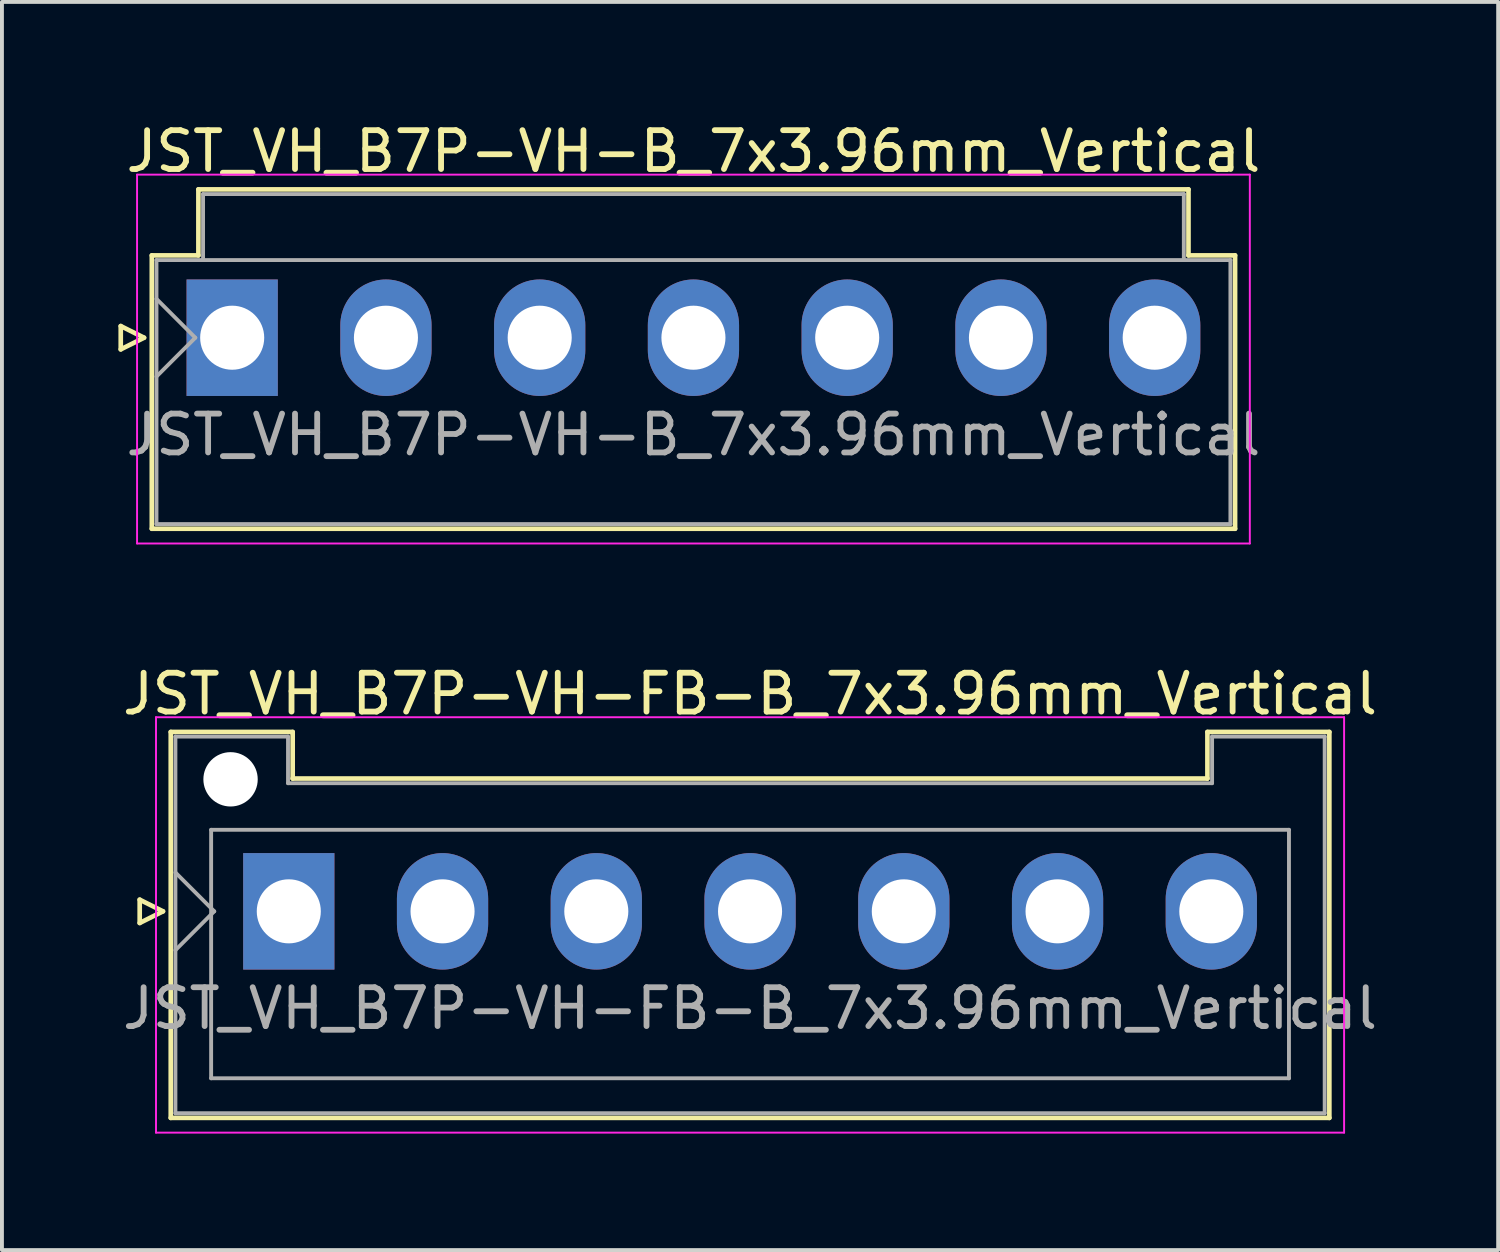
<source format=kicad_pcb>
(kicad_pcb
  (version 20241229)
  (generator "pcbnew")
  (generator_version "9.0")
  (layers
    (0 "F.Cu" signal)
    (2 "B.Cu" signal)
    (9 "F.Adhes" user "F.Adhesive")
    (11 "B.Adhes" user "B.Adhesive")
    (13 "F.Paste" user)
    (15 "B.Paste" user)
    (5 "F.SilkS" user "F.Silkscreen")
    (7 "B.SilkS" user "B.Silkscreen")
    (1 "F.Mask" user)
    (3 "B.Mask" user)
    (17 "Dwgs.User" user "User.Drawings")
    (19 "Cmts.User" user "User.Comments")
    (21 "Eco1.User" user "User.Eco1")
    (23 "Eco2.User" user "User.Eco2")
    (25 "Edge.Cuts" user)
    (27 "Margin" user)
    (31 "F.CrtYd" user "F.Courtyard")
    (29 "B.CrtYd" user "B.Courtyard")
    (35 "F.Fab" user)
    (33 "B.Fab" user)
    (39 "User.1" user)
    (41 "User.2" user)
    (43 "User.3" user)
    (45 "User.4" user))
  (footprint "JST_VH_B7P-VH-B_7x3.96mm_Vertical"
    (layer "F.Cu")
    (at 2.93 5.648)
    (property "Reference" "JST_VH_B7P-VH-B_7x3.96mm_Vertical" (at 11.88 -4.8 0) (layer "F.SilkS") (effects (font (size 1 1) (thickness 0.15))))
    (attr through_hole)
    (fp_line (start -2.87 -0.3) (end -2.27 0) (stroke (width 0.12) (type solid)) (layer "F.SilkS"))
    (fp_line (start -2.87 0.3) (end -2.87 -0.3) (stroke (width 0.12) (type solid)) (layer "F.SilkS"))
    (fp_line (start -2.27 0) (end -2.87 0.3) (stroke (width 0.12) (type solid)) (layer "F.SilkS"))
    (fp_line (start -2.07 -2.12) (end -0.87 -2.12) (stroke (width 0.12) (type solid)) (layer "F.SilkS"))
    (fp_line (start -2.07 4.92) (end -2.07 -2.12) (stroke (width 0.12) (type solid)) (layer "F.SilkS"))
    (fp_line (start -0.87 -3.82) (end 24.63 -3.82) (stroke (width 0.12) (type solid)) (layer "F.SilkS"))
    (fp_line (start -0.87 -2.12) (end -0.87 -3.82) (stroke (width 0.12) (type solid)) (layer "F.SilkS"))
    (fp_line (start 24.63 -3.82) (end 24.63 -2.12) (stroke (width 0.12) (type solid)) (layer "F.SilkS"))
    (fp_line (start 24.63 -2.12) (end 25.83 -2.12) (stroke (width 0.12) (type solid)) (layer "F.SilkS"))
    (fp_line (start 25.83 -2.12) (end 25.83 4.92) (stroke (width 0.12) (type solid)) (layer "F.SilkS"))
    (fp_line (start 25.83 4.92) (end -2.07 4.92) (stroke (width 0.12) (type solid)) (layer "F.SilkS"))
    (fp_line (start -2.45 -4.2) (end -2.45 5.3) (stroke (width 0.05) (type solid)) (layer "F.CrtYd"))
    (fp_line (start -2.45 5.3) (end 26.21 5.3) (stroke (width 0.05) (type solid)) (layer "F.CrtYd"))
    (fp_line (start 26.21 -4.2) (end -2.45 -4.2) (stroke (width 0.05) (type solid)) (layer "F.CrtYd"))
    (fp_line (start 26.21 5.3) (end 26.21 -4.2) (stroke (width 0.05) (type solid)) (layer "F.CrtYd"))
    (fp_line (start -1.95 -2) (end -1.95 4.8) (stroke (width 0.1) (type solid)) (layer "F.Fab"))
    (fp_line (start -1.95 -1) (end -0.95 0) (stroke (width 0.1) (type solid)) (layer "F.Fab"))
    (fp_line (start -1.95 1) (end -0.95 0) (stroke (width 0.1) (type solid)) (layer "F.Fab"))
    (fp_line (start -1.95 4.8) (end 25.71 4.8) (stroke (width 0.1) (type solid)) (layer "F.Fab"))
    (fp_line (start -0.75 -3.7) (end 24.51 -3.7) (stroke (width 0.1) (type solid)) (layer "F.Fab"))
    (fp_line (start -0.75 -2) (end -0.75 -3.7) (stroke (width 0.1) (type solid)) (layer "F.Fab"))
    (fp_line (start 24.51 -3.7) (end 24.51 -2) (stroke (width 0.1) (type solid)) (layer "F.Fab"))
    (fp_line (start 25.71 -2) (end -1.95 -2) (stroke (width 0.1) (type solid)) (layer "F.Fab"))
    (fp_line (start 25.71 4.8) (end 25.71 -2) (stroke (width 0.1) (type solid)) (layer "F.Fab"))
    (fp_text user "${REFERENCE}" (at 11.88 2.5 0) (layer "F.Fab") (effects (font (size 1 1) (thickness 0.15))))
    (pad "1" thru_hole rect (at 0 0) (size 2.35 3) (drill 1.65) (layers "*.Cu" "*.Mask"))
    (pad "2" thru_hole oval (at 3.96 0) (size 2.35 3) (drill 1.65) (layers "*.Cu" "*.Mask"))
    (pad "3" thru_hole oval (at 7.92 0) (size 2.35 3) (drill 1.65) (layers "*.Cu" "*.Mask"))
    (pad "4" thru_hole oval (at 11.88 0) (size 2.35 3) (drill 1.65) (layers "*.Cu" "*.Mask"))
    (pad "5" thru_hole oval (at 15.84 0) (size 2.35 3) (drill 1.65) (layers "*.Cu" "*.Mask"))
    (pad "6" thru_hole oval (at 19.8 0) (size 2.35 3) (drill 1.65) (layers "*.Cu" "*.Mask"))
    (pad "7" thru_hole oval (at 23.76 0) (size 2.35 3) (drill 1.65) (layers "*.Cu" "*.Mask")))
  (footprint "JST_VH_B7P-VH-FB-B_7x3.96mm_Vertical"
    (layer "F.Cu")
    (at 4.388 20.422)
    (property "Reference" "JST_VH_B7P-VH-FB-B_7x3.96mm_Vertical" (at 11.88 -5.6 0) (layer "F.SilkS") (effects (font (size 1 1) (thickness 0.15))))
    (attr through_hole)
    (fp_line (start -3.84 -0.3) (end -3.24 0) (stroke (width 0.12) (type solid)) (layer "F.SilkS"))
    (fp_line (start -3.84 0.3) (end -3.84 -0.3) (stroke (width 0.12) (type solid)) (layer "F.SilkS"))
    (fp_line (start -3.24 0) (end -3.84 0.3) (stroke (width 0.12) (type solid)) (layer "F.SilkS"))
    (fp_line (start -3.04 -4.62) (end 0.1 -4.62) (stroke (width 0.12) (type solid)) (layer "F.SilkS"))
    (fp_line (start -3.04 5.32) (end -3.04 -4.62) (stroke (width 0.12) (type solid)) (layer "F.SilkS"))
    (fp_line (start 0.1 -4.62) (end 0.1 -3.42) (stroke (width 0.12) (type solid)) (layer "F.SilkS"))
    (fp_line (start 0.1 -3.42) (end 23.66 -3.42) (stroke (width 0.12) (type solid)) (layer "F.SilkS"))
    (fp_line (start 23.66 -4.62) (end 26.8 -4.62) (stroke (width 0.12) (type solid)) (layer "F.SilkS"))
    (fp_line (start 23.66 -3.42) (end 23.66 -4.62) (stroke (width 0.12) (type solid)) (layer "F.SilkS"))
    (fp_line (start 26.8 -4.62) (end 26.8 5.32) (stroke (width 0.12) (type solid)) (layer "F.SilkS"))
    (fp_line (start 26.8 5.32) (end -3.04 5.32) (stroke (width 0.12) (type solid)) (layer "F.SilkS"))
    (fp_line (start -3.42 -5) (end -3.42 5.7) (stroke (width 0.05) (type solid)) (layer "F.CrtYd"))
    (fp_line (start -3.42 5.7) (end 27.18 5.7) (stroke (width 0.05) (type solid)) (layer "F.CrtYd"))
    (fp_line (start 27.18 -5) (end -3.42 -5) (stroke (width 0.05) (type solid)) (layer "F.CrtYd"))
    (fp_line (start 27.18 5.7) (end 27.18 -5) (stroke (width 0.05) (type solid)) (layer "F.CrtYd"))
    (fp_line (start -2.92 -4.5) (end -0.02 -4.5) (stroke (width 0.1) (type solid)) (layer "F.Fab"))
    (fp_line (start -2.92 -1) (end -1.92 0) (stroke (width 0.1) (type solid)) (layer "F.Fab"))
    (fp_line (start -2.92 1) (end -1.92 0) (stroke (width 0.1) (type solid)) (layer "F.Fab"))
    (fp_line (start -2.92 5.2) (end -2.92 -4.5) (stroke (width 0.1) (type solid)) (layer "F.Fab"))
    (fp_line (start -2 -2.1) (end 25.76 -2.1) (stroke (width 0.1) (type solid)) (layer "F.Fab"))
    (fp_line (start -2 4.3) (end -2 -2.1) (stroke (width 0.1) (type solid)) (layer "F.Fab"))
    (fp_line (start -0.02 -4.5) (end -0.02 -3.3) (stroke (width 0.1) (type solid)) (layer "F.Fab"))
    (fp_line (start -0.02 -3.3) (end 23.78 -3.3) (stroke (width 0.1) (type solid)) (layer "F.Fab"))
    (fp_line (start 23.78 -4.5) (end 26.68 -4.5) (stroke (width 0.1) (type solid)) (layer "F.Fab"))
    (fp_line (start 23.78 -3.3) (end 23.78 -4.5) (stroke (width 0.1) (type solid)) (layer "F.Fab"))
    (fp_line (start 25.76 -2.1) (end 25.76 4.3) (stroke (width 0.1) (type solid)) (layer "F.Fab"))
    (fp_line (start 25.76 4.3) (end -2 4.3) (stroke (width 0.1) (type solid)) (layer "F.Fab"))
    (fp_line (start 26.68 -4.5) (end 26.68 5.2) (stroke (width 0.1) (type solid)) (layer "F.Fab"))
    (fp_line (start 26.68 5.2) (end -2.92 5.2) (stroke (width 0.1) (type solid)) (layer "F.Fab"))
    (fp_text user "${REFERENCE}" (at 11.88 2.5 0) (layer "F.Fab") (effects (font (size 1 1) (thickness 0.15))))
    (pad "" np_thru_hole circle (at -1.5 -3.4) (size 1.4 1.4) (drill 1.4) (layers "*.Cu" "*.Mask"))
    (pad "1" thru_hole rect (at 0 0) (size 2.35 3) (drill 1.65) (layers "*.Cu" "*.Mask"))
    (pad "2" thru_hole oval (at 3.96 0) (size 2.35 3) (drill 1.65) (layers "*.Cu" "*.Mask"))
    (pad "3" thru_hole oval (at 7.92 0) (size 2.35 3) (drill 1.65) (layers "*.Cu" "*.Mask"))
    (pad "4" thru_hole oval (at 11.88 0) (size 2.35 3) (drill 1.65) (layers "*.Cu" "*.Mask"))
    (pad "5" thru_hole oval (at 15.84 0) (size 2.35 3) (drill 1.65) (layers "*.Cu" "*.Mask"))
    (pad "6" thru_hole oval (at 19.8 0) (size 2.35 3) (drill 1.65) (layers "*.Cu" "*.Mask"))
    (pad "7" thru_hole oval (at 23.76 0) (size 2.35 3) (drill 1.65) (layers "*.Cu" "*.Mask")))
  (gr_rect
    (start -3 -3)
    (end 35.536 29.146)
    (stroke (width 0.1) (type default))
    (fill no)
    (layer "Edge.Cuts")))
</source>
